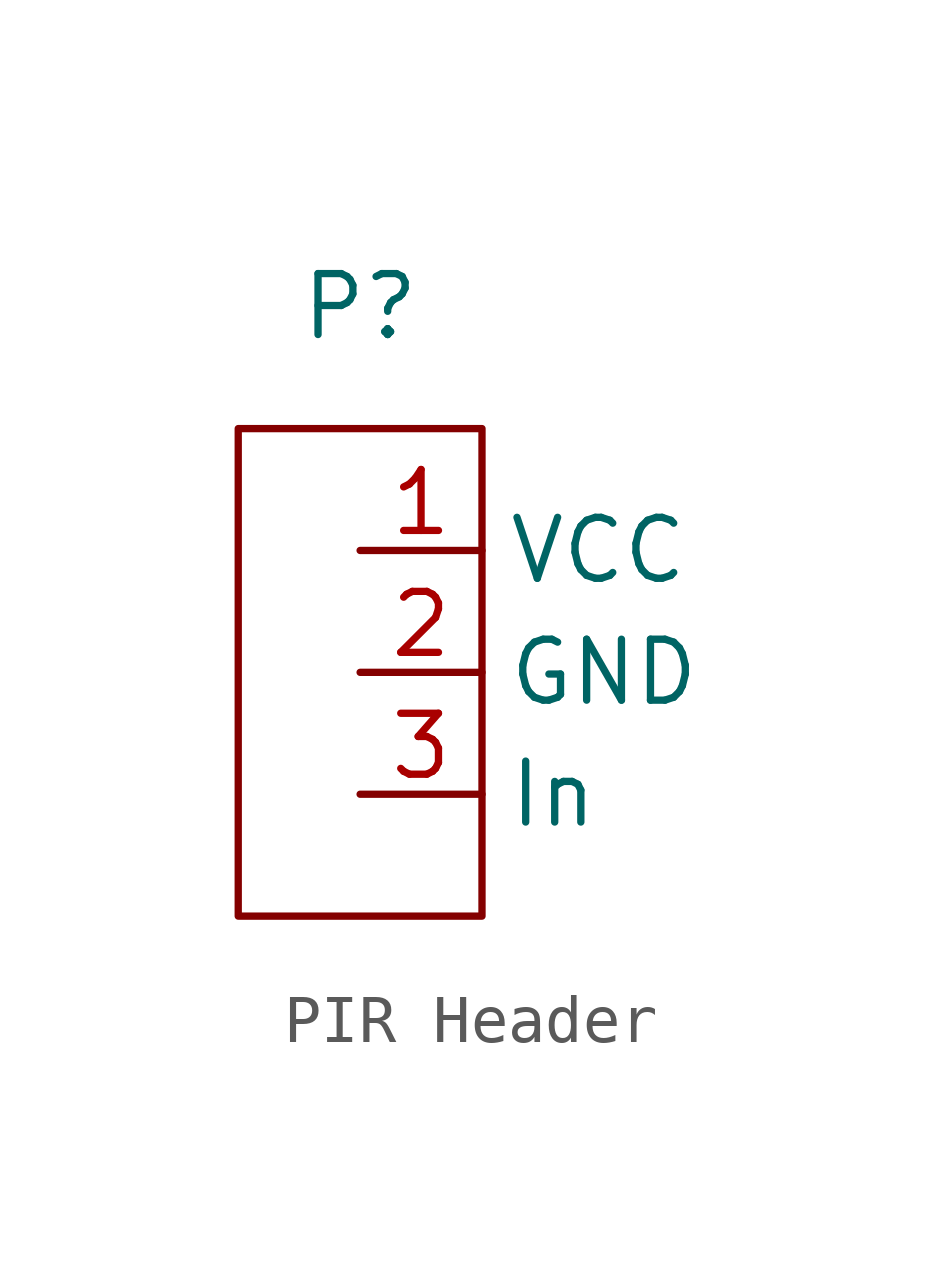
<source format=kicad_sym>
(kicad_symbol_lib
  (version 20220914)
  (generator kicad_symbol_editor)
  (symbol "PIR Header"
    (property "Reference" "P"
      (at 0 5.08 0)
      (effects (font (size 1.27 1.27))))
    (property "Value" ""
      (at 0 0 0)
      (effects (font (size 1.27 1.27))))
    (symbol "PIR Header_0_1"
      (rectangle (start -2.54 2.54) (end 2.54 -7.62) (stroke (width 0) (type default)) (fill (type none))))
    (symbol "PIR Header_1_1"
      (pin power_out line (at 0 0 0) (length 2.54) (name "VCC" (effects (font (size 1.27 1.27)))) (number "1" (effects (font (size 1.27 1.27)))))
      (pin power_out line (at 0 -2.54 0) (length 2.54) (name "GND" (effects (font (size 1.27 1.27)))) (number "2" (effects (font (size 1.27 1.27)))))
      (pin input line (at 0 -5.08 0) (length 2.54) (name "In" (effects (font (size 1.27 1.27)))) (number "3" (effects (font (size 1.27 1.27))))))))
</source>
